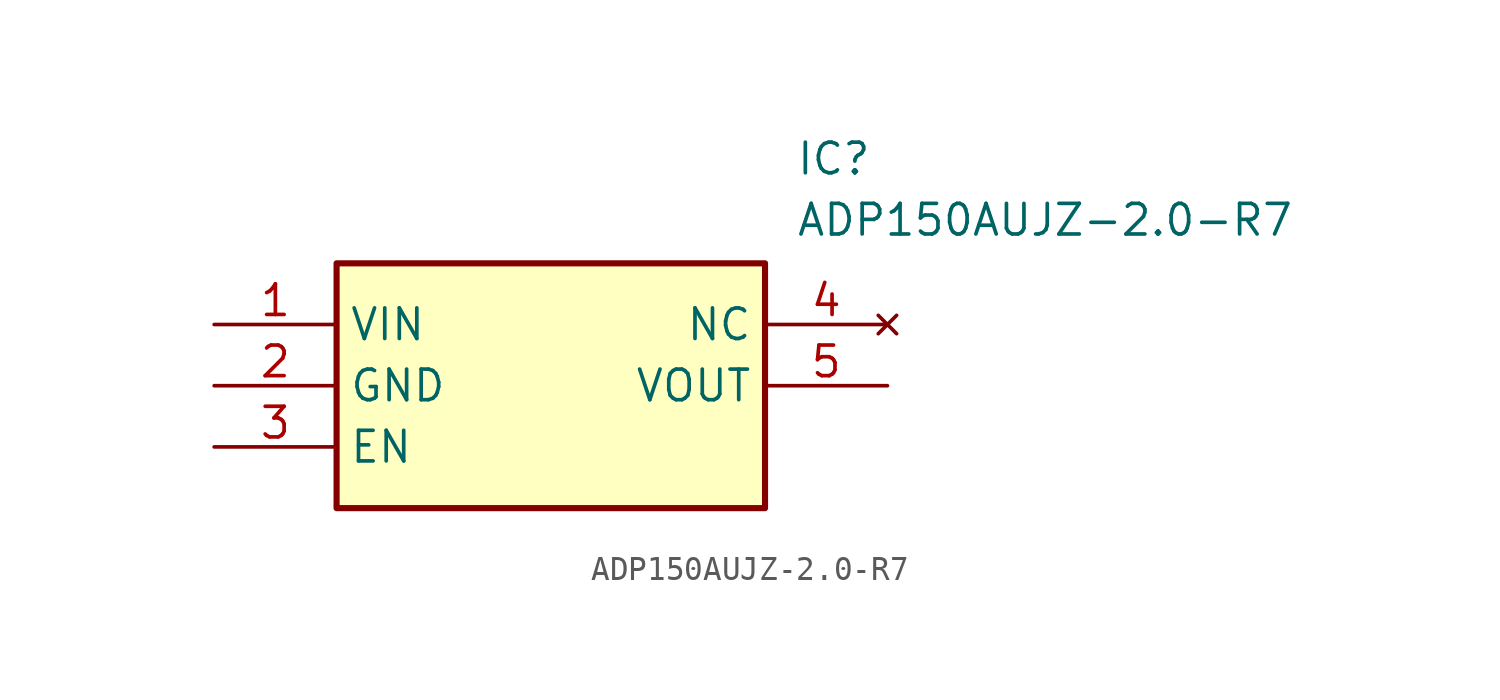
<source format=kicad_sym>
(kicad_symbol_lib
  (version 20211014)
  (generator SamacSys_ECAD_Model)
  (symbol "ADP150AUJZ-2.0-R7"
    (property "Reference" "IC"
      (at 24.13 7.62 0)
      (effects (font (size 1.27 1.27)) (justify left top)))
    (property "Value" "ADP150AUJZ-2.0-R7"
      (at 24.13 5.08 0)
      (effects (font (size 1.27 1.27)) (justify left top)))
    (rectangle
      (start 5.08 2.54)
      (end 22.86 -7.62)
      (stroke (width 0.254) (type default))
      (fill (type background)))
    (pin passive line
      (at 0 0 0)
      (length 5.08)
      (name "VIN" (effects (font (size 1.27 1.27))))
      (number "1" (effects (font (size 1.27 1.27)))))
    (pin passive line
      (at 0 -2.54 0)
      (length 5.08)
      (name "GND" (effects (font (size 1.27 1.27))))
      (number "2" (effects (font (size 1.27 1.27)))))
    (pin passive line
      (at 0 -5.08 0)
      (length 5.08)
      (name "EN" (effects (font (size 1.27 1.27))))
      (number "3" (effects (font (size 1.27 1.27)))))
    (pin no_connect line
      (at 27.94 0 180)
      (length 5.08)
      (name "NC" (effects (font (size 1.27 1.27))))
      (number "4" (effects (font (size 1.27 1.27)))))
    (pin passive line
      (at 27.94 -2.54 180)
      (length 5.08)
      (name "VOUT" (effects (font (size 1.27 1.27))))
      (number "5" (effects (font (size 1.27 1.27)))))))
</source>
